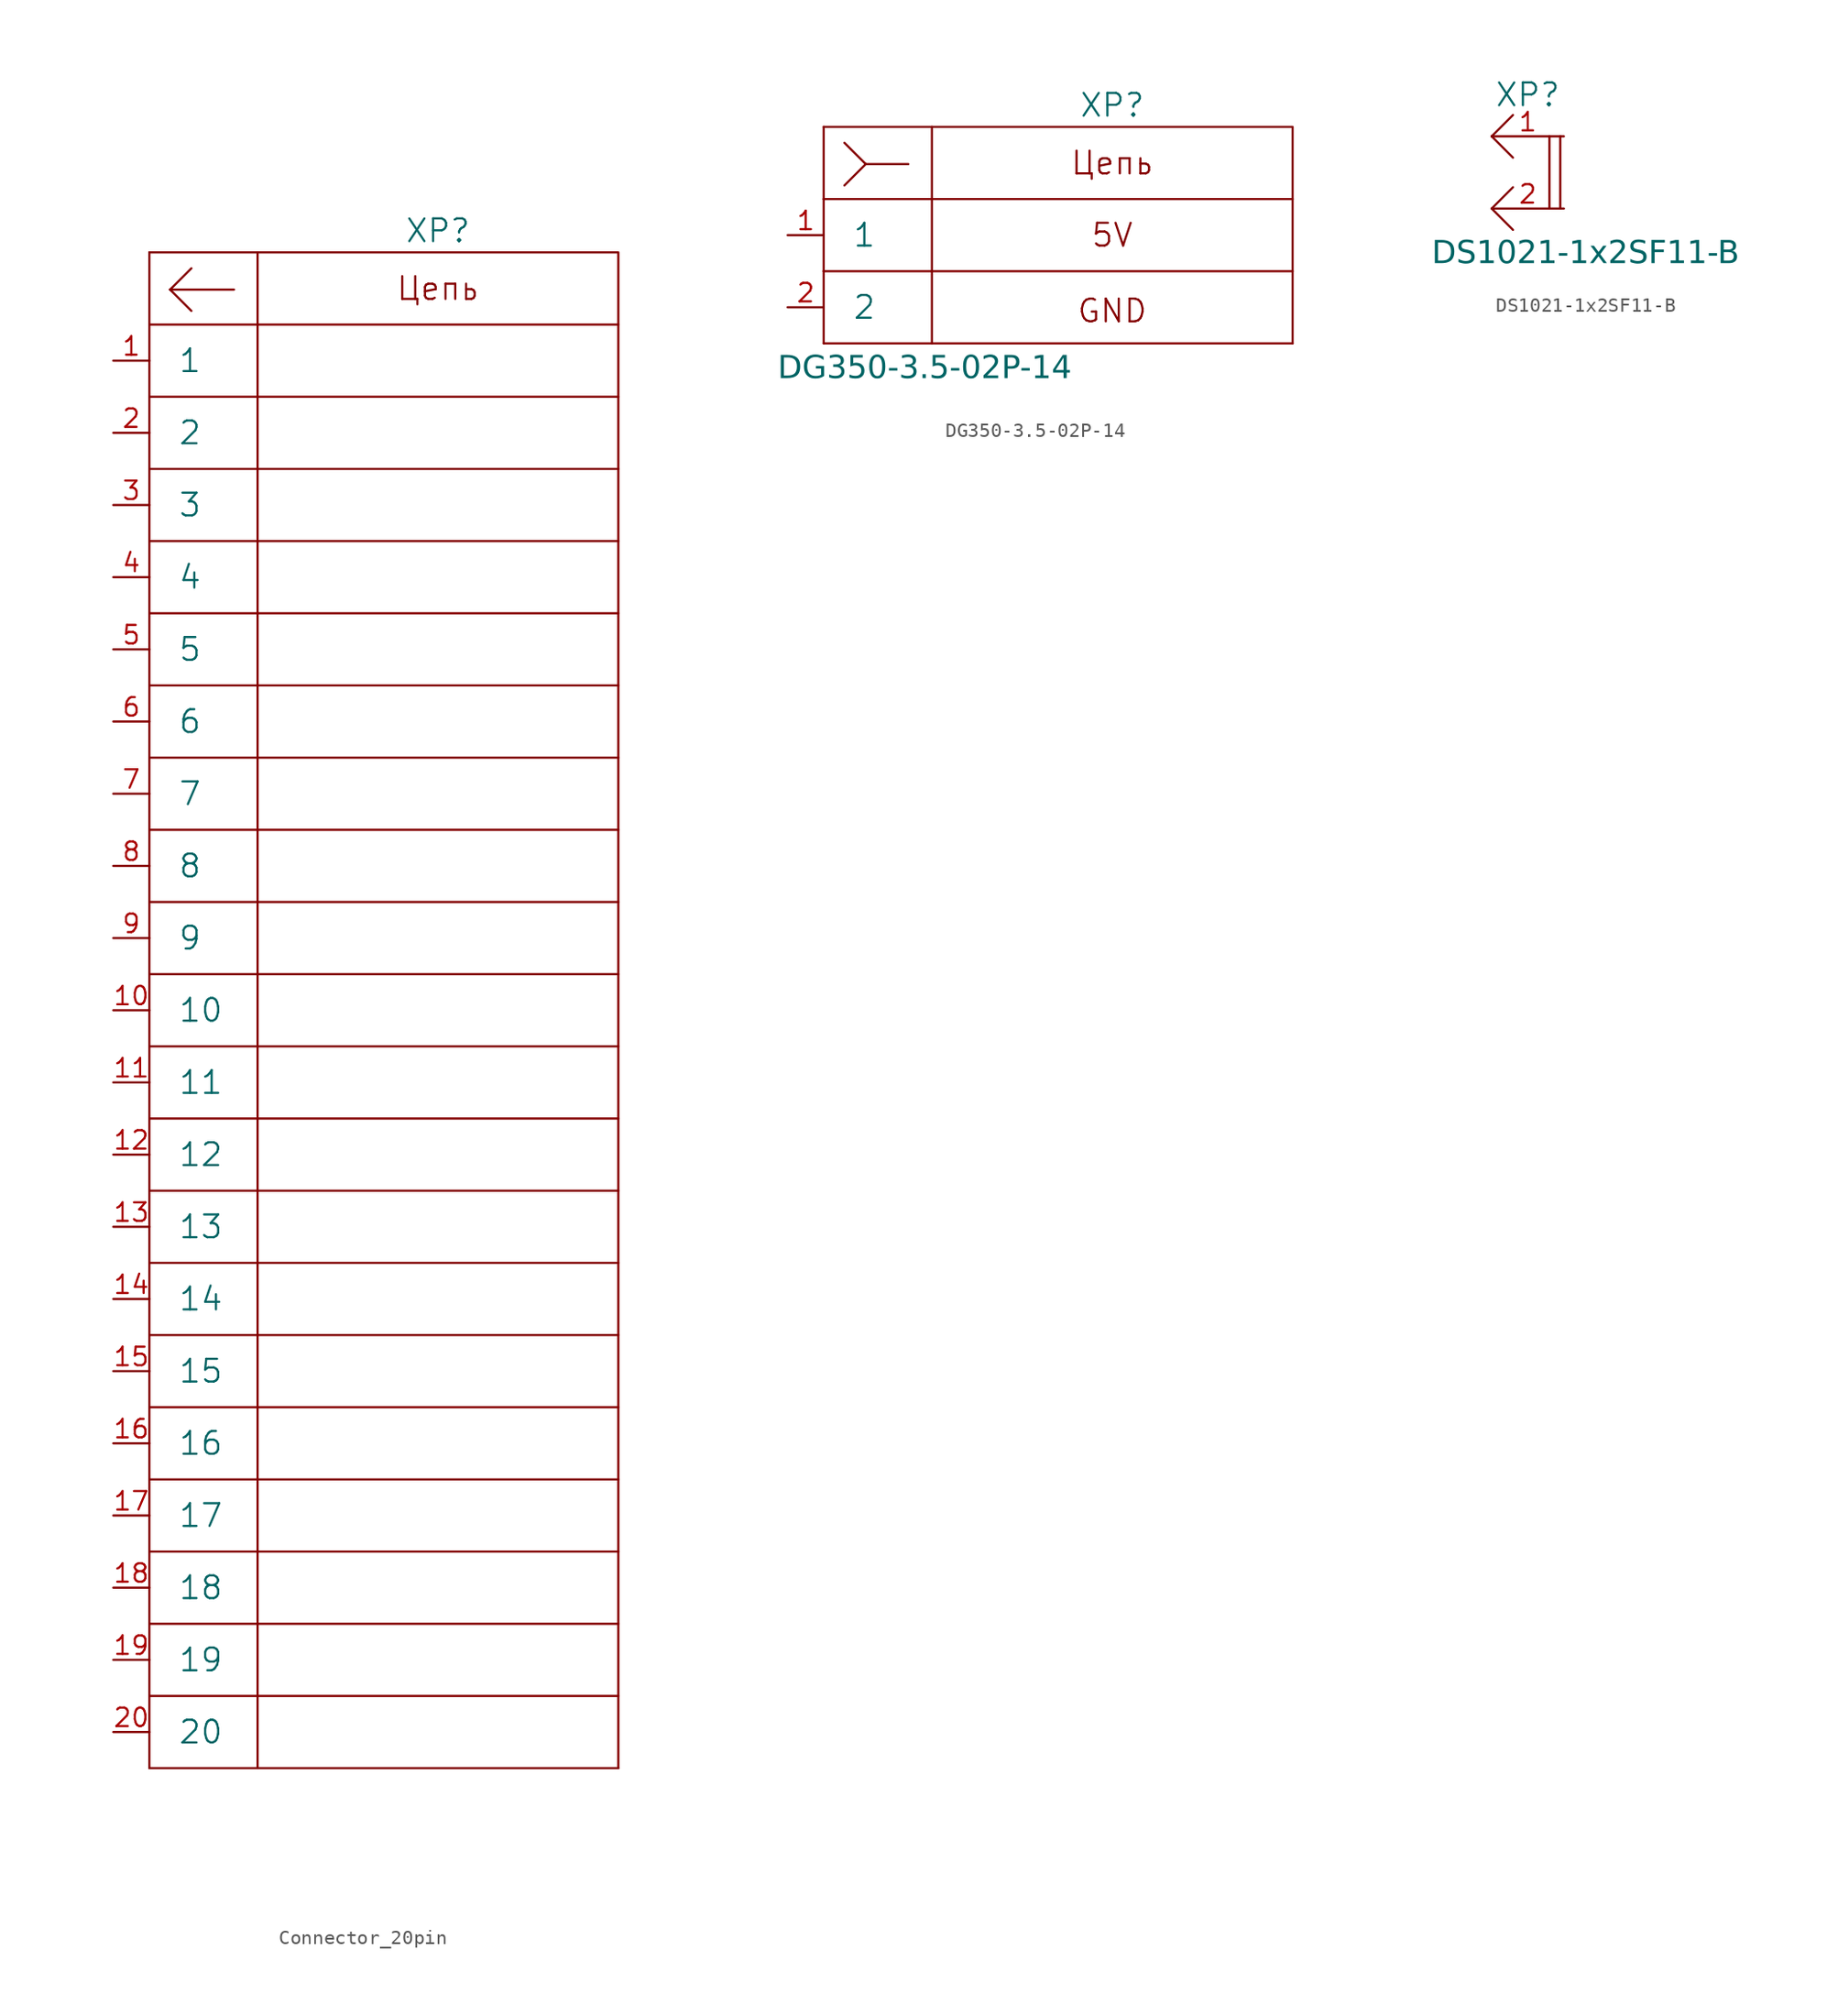
<source format=kicad_sym>
(kicad_symbol_lib
  (version 20231120)
  (generator "kicad_symbol_editor")
  (generator_version "8.0")
  (symbol "Connector_20pin"
    (pin_names
      (offset 2))
    (property "Reference" "XP"
      (at 22.86 9.144 0)
      (effects (font (size 1.6 1.6))))
    (property "Value" ""
      (at 0 5.08 0)
      (effects (font (size 1.27 1.27))))
    (symbol "Connector_20pin_0_1"
      (polyline (pts (xy 2.54 -93.98) (xy 2.54 -99.06)) (stroke (width 0) (type default)) (fill (type none)))
      (polyline (pts (xy 2.54 -88.9) (xy 2.54 -93.98)) (stroke (width 0) (type default)) (fill (type none)))
      (polyline (pts (xy 2.54 -83.82) (xy 2.54 -88.9)) (stroke (width 0) (type default)) (fill (type none)))
      (polyline (pts (xy 2.54 -78.74) (xy 2.54 -83.82)) (stroke (width 0) (type default)) (fill (type none)))
      (polyline (pts (xy 2.54 -73.66) (xy 2.54 -78.74)) (stroke (width 0) (type default)) (fill (type none)))
      (polyline (pts (xy 2.54 -68.58) (xy 2.54 -73.66)) (stroke (width 0) (type default)) (fill (type none)))
      (polyline (pts (xy 2.54 -63.5) (xy 2.54 -68.58)) (stroke (width 0) (type default)) (fill (type none)))
      (polyline (pts (xy 2.54 -58.42) (xy 2.54 -63.5)) (stroke (width 0) (type default)) (fill (type none)))
      (polyline (pts (xy 2.54 -53.34) (xy 2.54 -58.42)) (stroke (width 0) (type default)) (fill (type none)))
      (polyline (pts (xy 2.54 -48.26) (xy 2.54 -53.34)) (stroke (width 0) (type default)) (fill (type none)))
      (polyline (pts (xy 2.54 -43.18) (xy 2.54 -48.26)) (stroke (width 0) (type default)) (fill (type none)))
      (polyline (pts (xy 2.54 -38.1) (xy 2.54 -43.18)) (stroke (width 0) (type default)) (fill (type none)))
      (polyline (pts (xy 2.54 -33.02) (xy 2.54 -38.1)) (stroke (width 0) (type default)) (fill (type none)))
      (polyline (pts (xy 2.54 -27.94) (xy 2.54 -33.02)) (stroke (width 0) (type default)) (fill (type none)))
      (polyline (pts (xy 2.54 -22.86) (xy 2.54 -27.94)) (stroke (width 0) (type default)) (fill (type none)))
      (polyline (pts (xy 2.54 -17.78) (xy 2.54 -22.86)) (stroke (width 0) (type default)) (fill (type none)))
      (polyline (pts (xy 2.54 -12.7) (xy 2.54 -17.78)) (stroke (width 0) (type default)) (fill (type none)))
      (polyline (pts (xy 2.54 -7.62) (xy 2.54 -12.7)) (stroke (width 0) (type default)) (fill (type none)))
      (polyline (pts (xy 2.54 -2.54) (xy 2.54 -7.62)) (stroke (width 0) (type default)) (fill (type none)))
      (polyline (pts (xy 2.54 2.54) (xy 2.54 -2.54)) (stroke (width 0) (type default)) (fill (type none)))
      (polyline (pts (xy 2.54 7.62) (xy 2.54 2.54)) (stroke (width 0) (type default)) (fill (type none)))
      (polyline (pts (xy 2.54 -93.98) (xy 10.16 -93.98) (xy 10.16 -99.06)) (stroke (width 0) (type default)) (fill (type none)))
      (polyline (pts (xy 2.54 -88.9) (xy 10.16 -88.9) (xy 10.16 -93.98)) (stroke (width 0) (type default)) (fill (type none)))
      (polyline (pts (xy 2.54 -83.82) (xy 10.16 -83.82) (xy 10.16 -88.9)) (stroke (width 0) (type default)) (fill (type none)))
      (polyline (pts (xy 2.54 -78.74) (xy 10.16 -78.74) (xy 10.16 -83.82)) (stroke (width 0) (type default)) (fill (type none)))
      (polyline (pts (xy 2.54 -73.66) (xy 10.16 -73.66) (xy 10.16 -78.74)) (stroke (width 0) (type default)) (fill (type none)))
      (polyline (pts (xy 2.54 -68.58) (xy 10.16 -68.58) (xy 10.16 -73.66)) (stroke (width 0) (type default)) (fill (type none)))
      (polyline (pts (xy 2.54 -63.5) (xy 10.16 -63.5) (xy 10.16 -68.58)) (stroke (width 0) (type default)) (fill (type none)))
      (polyline (pts (xy 2.54 -58.42) (xy 10.16 -58.42) (xy 10.16 -63.5)) (stroke (width 0) (type default)) (fill (type none)))
      (polyline (pts (xy 2.54 -53.34) (xy 10.16 -53.34) (xy 10.16 -58.42)) (stroke (width 0) (type default)) (fill (type none)))
      (polyline (pts (xy 2.54 -48.26) (xy 10.16 -48.26) (xy 10.16 -53.34)) (stroke (width 0) (type default)) (fill (type none)))
      (polyline (pts (xy 2.54 -43.18) (xy 10.16 -43.18) (xy 10.16 -48.26)) (stroke (width 0) (type default)) (fill (type none)))
      (polyline (pts (xy 2.54 -38.1) (xy 10.16 -38.1) (xy 10.16 -43.18)) (stroke (width 0) (type default)) (fill (type none)))
      (polyline (pts (xy 2.54 -33.02) (xy 10.16 -33.02) (xy 10.16 -38.1)) (stroke (width 0) (type default)) (fill (type none)))
      (polyline (pts (xy 2.54 -27.94) (xy 10.16 -27.94) (xy 10.16 -33.02)) (stroke (width 0) (type default)) (fill (type none)))
      (polyline (pts (xy 2.54 -22.86) (xy 10.16 -22.86) (xy 10.16 -27.94)) (stroke (width 0) (type default)) (fill (type none)))
      (polyline (pts (xy 2.54 -17.78) (xy 10.16 -17.78) (xy 10.16 -22.86)) (stroke (width 0) (type default)) (fill (type none)))
      (polyline (pts (xy 2.54 -12.7) (xy 10.16 -12.7) (xy 10.16 -17.78)) (stroke (width 0) (type default)) (fill (type none)))
      (polyline (pts (xy 2.54 -7.62) (xy 10.16 -7.62) (xy 10.16 -12.7)) (stroke (width 0) (type default)) (fill (type none)))
      (polyline (pts (xy 2.54 -2.54) (xy 10.16 -2.54) (xy 10.16 -7.62)) (stroke (width 0) (type default)) (fill (type none)))
      (polyline (pts (xy 2.54 2.54) (xy 10.16 2.54) (xy 10.16 -2.54)) (stroke (width 0) (type default)) (fill (type none)))
      (polyline (pts (xy 2.54 7.62) (xy 10.16 7.62) (xy 10.16 2.54)) (stroke (width 0) (type default)) (fill (type none)))
      (polyline (pts (xy 10.16 -93.98) (xy 35.56 -93.98) (xy 35.56 -99.06)) (stroke (width 0) (type default)) (fill (type none)))
      (polyline (pts (xy 10.16 -88.9) (xy 35.56 -88.9) (xy 35.56 -93.98)) (stroke (width 0) (type default)) (fill (type none)))
      (polyline (pts (xy 10.16 -83.82) (xy 35.56 -83.82) (xy 35.56 -88.9)) (stroke (width 0) (type default)) (fill (type none)))
      (polyline (pts (xy 10.16 -78.74) (xy 35.56 -78.74) (xy 35.56 -83.82)) (stroke (width 0) (type default)) (fill (type none)))
      (polyline (pts (xy 10.16 -73.66) (xy 35.56 -73.66) (xy 35.56 -78.74)) (stroke (width 0) (type default)) (fill (type none)))
      (polyline (pts (xy 10.16 -68.58) (xy 35.56 -68.58) (xy 35.56 -73.66)) (stroke (width 0) (type default)) (fill (type none)))
      (polyline (pts (xy 10.16 -63.5) (xy 35.56 -63.5) (xy 35.56 -68.58)) (stroke (width 0) (type default)) (fill (type none)))
      (polyline (pts (xy 10.16 -58.42) (xy 35.56 -58.42) (xy 35.56 -63.5)) (stroke (width 0) (type default)) (fill (type none)))
      (polyline (pts (xy 10.16 -53.34) (xy 35.56 -53.34) (xy 35.56 -58.42)) (stroke (width 0) (type default)) (fill (type none)))
      (polyline (pts (xy 10.16 -48.26) (xy 35.56 -48.26) (xy 35.56 -53.34)) (stroke (width 0) (type default)) (fill (type none)))
      (polyline (pts (xy 10.16 -43.18) (xy 35.56 -43.18) (xy 35.56 -48.26)) (stroke (width 0) (type default)) (fill (type none)))
      (polyline (pts (xy 10.16 -38.1) (xy 35.56 -38.1) (xy 35.56 -43.18)) (stroke (width 0) (type default)) (fill (type none)))
      (polyline (pts (xy 10.16 -33.02) (xy 35.56 -33.02) (xy 35.56 -38.1)) (stroke (width 0) (type default)) (fill (type none)))
      (polyline (pts (xy 10.16 -27.94) (xy 35.56 -27.94) (xy 35.56 -33.02)) (stroke (width 0) (type default)) (fill (type none)))
      (polyline (pts (xy 10.16 -22.86) (xy 35.56 -22.86) (xy 35.56 -27.94)) (stroke (width 0) (type default)) (fill (type none)))
      (polyline (pts (xy 10.16 -17.78) (xy 35.56 -17.78) (xy 35.56 -22.86)) (stroke (width 0) (type default)) (fill (type none)))
      (polyline (pts (xy 10.16 -12.7) (xy 35.56 -12.7) (xy 35.56 -17.78)) (stroke (width 0) (type default)) (fill (type none)))
      (polyline (pts (xy 10.16 -7.62) (xy 35.56 -7.62) (xy 35.56 -12.7)) (stroke (width 0) (type default)) (fill (type none)))
      (polyline (pts (xy 10.16 -2.54) (xy 35.56 -2.54) (xy 35.56 -7.62)) (stroke (width 0) (type default)) (fill (type none)))
      (polyline (pts (xy 10.16 2.54) (xy 35.56 2.54) (xy 35.56 -2.54)) (stroke (width 0) (type default)) (fill (type none)))
      (polyline (pts (xy 10.16 7.62) (xy 35.56 7.62) (xy 35.56 2.54)) (stroke (width 0) (type default)) (fill (type none))))
    (symbol "Connector_20pin_1_1"
      (polyline (pts (xy 2.54 -99.06) (xy 35.56 -99.06)) (stroke (width 0) (type default)) (fill (type none)))
      (polyline (pts (xy 4 5) (xy 5.5 3.5)) (stroke (width 0) (type default)) (fill (type none)))
      (polyline (pts (xy 4 5) (xy 5.5 6.5)) (stroke (width 0) (type default)) (fill (type none)))
      (polyline (pts (xy 4 5) (xy 8.5 5)) (stroke (width 0) (type default)) (fill (type none)))
      (text "Цепь" (at 22.86 5.08 0) (effects (font (size 1.6 1.6))))
      (pin passive line (at 0 0 0) (length 2.54) (name "1" (effects (font (size 1.6 1.6)))) (number "1" (effects (font (size 1.3 1.3)))))
      (pin passive line (at 0 -45.72 0) (length 2.54) (name "10" (effects (font (size 1.6 1.6)))) (number "10" (effects (font (size 1.3 1.3)))))
      (pin passive line (at 0 -50.8 0) (length 2.54) (name "11" (effects (font (size 1.6 1.6)))) (number "11" (effects (font (size 1.3 1.3)))))
      (pin passive line (at 0 -55.88 0) (length 2.54) (name "12" (effects (font (size 1.6 1.6)))) (number "12" (effects (font (size 1.3 1.3)))))
      (pin passive line (at 0 -60.96 0) (length 2.54) (name "13" (effects (font (size 1.6 1.6)))) (number "13" (effects (font (size 1.3 1.3)))))
      (pin passive line (at 0 -66.04 0) (length 2.54) (name "14" (effects (font (size 1.6 1.6)))) (number "14" (effects (font (size 1.3 1.3)))))
      (pin passive line (at 0 -71.12 0) (length 2.54) (name "15" (effects (font (size 1.6 1.6)))) (number "15" (effects (font (size 1.3 1.3)))))
      (pin passive line (at 0 -76.2 0) (length 2.54) (name "16" (effects (font (size 1.6 1.6)))) (number "16" (effects (font (size 1.3 1.3)))))
      (pin passive line (at 0 -81.28 0) (length 2.54) (name "17" (effects (font (size 1.6 1.6)))) (number "17" (effects (font (size 1.3 1.3)))))
      (pin passive line (at 0 -86.36 0) (length 2.54) (name "18" (effects (font (size 1.6 1.6)))) (number "18" (effects (font (size 1.3 1.3)))))
      (pin passive line (at 0 -91.44 0) (length 2.54) (name "19" (effects (font (size 1.6 1.6)))) (number "19" (effects (font (size 1.3 1.3)))))
      (pin passive line (at 0 -5.08 0) (length 2.54) (name "2" (effects (font (size 1.6 1.6)))) (number "2" (effects (font (size 1.3 1.3)))))
      (pin passive line (at 0 -96.52 0) (length 2.54) (name "20" (effects (font (size 1.6 1.6)))) (number "20" (effects (font (size 1.3 1.3)))))
      (pin passive line (at 0 -10.16 0) (length 2.54) (name "3" (effects (font (size 1.6 1.6)))) (number "3" (effects (font (size 1.3 1.3)))))
      (pin passive line (at 0 -15.24 0) (length 2.54) (name "4" (effects (font (size 1.6 1.6)))) (number "4" (effects (font (size 1.3 1.3)))))
      (pin passive line (at 0 -20.32 0) (length 2.54) (name "5" (effects (font (size 1.6 1.6)))) (number "5" (effects (font (size 1.3 1.3)))))
      (pin passive line (at 0 -25.4 0) (length 2.54) (name "6" (effects (font (size 1.6 1.6)))) (number "6" (effects (font (size 1.3 1.3)))))
      (pin passive line (at 0 -30.48 0) (length 2.54) (name "7" (effects (font (size 1.6 1.6)))) (number "7" (effects (font (size 1.3 1.3)))))
      (pin passive line (at 0 -35.56 0) (length 2.54) (name "8" (effects (font (size 1.6 1.6)))) (number "8" (effects (font (size 1.3 1.3)))))
      (pin passive line (at 0 -40.64 0) (length 2.54) (name "9" (effects (font (size 1.6 1.6)))) (number "9" (effects (font (size 1.3 1.3)))))))
  (symbol "DG350-3.5-02P-14"
    (pin_names
      (offset 2))
    (property "Reference" "XP"
      (at 22.86 9.144 0)
      (effects (font (size 1.6 1.6))))
    (property "Value" "DG350-3.5-02P-14"
      (at 9.652 -9.398 0)
      (effects (font (face "GOST type A") (size 1.6 1.6))))
    (symbol "DG350-3.5-02P-14_0_1"
      (polyline (pts (xy 2.54 -7.62) (xy 35.56 -7.62)) (stroke (width 0) (type default)) (fill (type none)))
      (polyline (pts (xy 2.54 -2.54) (xy 2.54 -7.62)) (stroke (width 0) (type default)) (fill (type none)))
      (polyline (pts (xy 2.54 2.54) (xy 2.54 -2.54)) (stroke (width 0) (type default)) (fill (type none)))
      (polyline (pts (xy 2.54 7.62) (xy 2.54 2.54)) (stroke (width 0) (type default)) (fill (type none)))
      (polyline (pts (xy 2.54 -2.54) (xy 10.16 -2.54) (xy 10.16 -7.62)) (stroke (width 0) (type default)) (fill (type none)))
      (polyline (pts (xy 2.54 2.54) (xy 10.16 2.54) (xy 10.16 -2.54)) (stroke (width 0) (type default)) (fill (type none)))
      (polyline (pts (xy 2.54 7.62) (xy 10.16 7.62) (xy 10.16 2.54)) (stroke (width 0) (type default)) (fill (type none)))
      (polyline (pts (xy 10.16 -2.54) (xy 35.56 -2.54) (xy 35.56 -7.62)) (stroke (width 0) (type default)) (fill (type none)))
      (polyline (pts (xy 10.16 2.54) (xy 35.56 2.54) (xy 35.56 -2.54)) (stroke (width 0) (type default)) (fill (type none)))
      (polyline (pts (xy 10.16 7.62) (xy 35.56 7.62) (xy 35.56 2.54)) (stroke (width 0) (type default)) (fill (type none))))
    (symbol "DG350-3.5-02P-14_1_1"
      (polyline (pts (xy 5.5 5) (xy 4 3.5)) (stroke (width 0) (type default)) (fill (type none)))
      (polyline (pts (xy 5.5 5) (xy 4 6.5)) (stroke (width 0) (type default)) (fill (type none)))
      (polyline (pts (xy 5.5 5) (xy 8.5 5)) (stroke (width 0) (type default)) (fill (type none)))
      (text "5V" (at 22.86 0 0) (effects (font (size 1.6 1.6))))
      (text "GND" (at 22.86 -5.334 0) (effects (font (size 1.6 1.6))))
      (text "Цепь" (at 22.86 5.08 0) (effects (font (size 1.6 1.6))))
      (pin passive line (at 0 0 0) (length 2.54) (name "1" (effects (font (size 1.6 1.6)))) (number "1" (effects (font (size 1.3 1.3)))))
      (pin passive line (at 0 -5.08 0) (length 2.54) (name "2" (effects (font (size 1.6 1.6)))) (number "2" (effects (font (size 1.3 1.3)))))))
  (symbol "DS1021-1x2SF11-B"
    (pin_names
      (offset 2) hide)
    (property "Reference" "XP"
      (at 2.54 2.921 0)
      (effects (font (size 1.6 1.6))))
    (property "Value" "DS1021-1x2SF11-B"
      (at 6.604 -8.255 0)
      (effects (font (face "GOST type A") (size 1.6 1.6))))
    (symbol "DS1021-1x2SF11-B_0_1"
      (polyline (pts (xy 4.064 0) (xy 4.064 -5.08)) (stroke (width 0) (type default)) (fill (type none)))
      (polyline (pts (xy 4.826 0) (xy 4.826 -5.08)) (stroke (width 0) (type default)) (fill (type none))))
    (symbol "DS1021-1x2SF11-B_1_1"
      (polyline (pts (xy 0 -5.08) (xy 1.5 -6.58)) (stroke (width 0) (type default)) (fill (type none)))
      (polyline (pts (xy 0 -5.08) (xy 1.5 -3.58)) (stroke (width 0) (type default)) (fill (type none)))
      (polyline (pts (xy 0 0) (xy 1.5 -1.5)) (stroke (width 0) (type default)) (fill (type none)))
      (polyline (pts (xy 0 0) (xy 1.5 1.5)) (stroke (width 0) (type default)) (fill (type none)))
      (pin passive line (at 5.08 0 180) (length 5.08) (name "~" (effects (font (size 1.6 1.6)))) (number "1" (effects (font (size 1.3 1.3)))))
      (pin passive line (at 5.08 -5.08 180) (length 5.08) (name "~" (effects (font (size 1.6 1.6)))) (number "2" (effects (font (size 1.3 1.3))))))))
</source>
